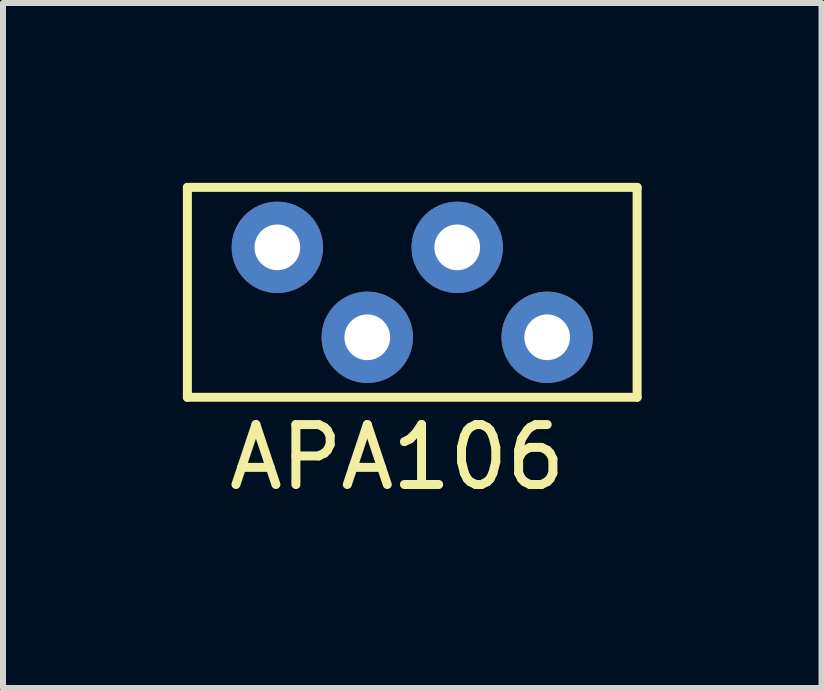
<source format=kicad_pcb>
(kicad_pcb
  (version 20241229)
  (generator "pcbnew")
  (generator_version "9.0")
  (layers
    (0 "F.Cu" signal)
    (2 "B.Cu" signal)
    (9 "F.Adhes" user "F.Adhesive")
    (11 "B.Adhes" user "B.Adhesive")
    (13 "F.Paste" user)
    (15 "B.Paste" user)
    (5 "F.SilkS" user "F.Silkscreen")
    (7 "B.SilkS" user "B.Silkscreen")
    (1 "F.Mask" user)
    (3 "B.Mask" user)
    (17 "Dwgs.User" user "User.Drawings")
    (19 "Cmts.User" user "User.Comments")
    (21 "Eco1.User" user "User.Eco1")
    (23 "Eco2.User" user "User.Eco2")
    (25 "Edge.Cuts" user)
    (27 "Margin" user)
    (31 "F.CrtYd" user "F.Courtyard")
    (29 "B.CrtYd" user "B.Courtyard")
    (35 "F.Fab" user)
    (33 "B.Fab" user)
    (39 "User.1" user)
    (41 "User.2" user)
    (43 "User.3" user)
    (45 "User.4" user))
  (footprint "APA106"
    (layer "F.Cu")
    (at 3.575 4.575)
    (property "Reference" "APA106" (at 0 0 0) (layer "F.SilkS") (effects (font (size 1 1) (thickness 0.15))))
    (attr through_hole)
    (fp_line (start -3.5 -4.5) (end 4 -4.5) (stroke (width 0.15) (type solid)) (layer "F.SilkS"))
    (fp_line (start -3.5 -1) (end -3.5 -4.5) (stroke (width 0.15) (type solid)) (layer "F.SilkS"))
    (fp_line (start 4 -4.5) (end 4 -1) (stroke (width 0.15) (type solid)) (layer "F.SilkS"))
    (fp_line (start 4 -1) (end -3.5 -1) (stroke (width 0.15) (type solid)) (layer "F.SilkS"))
    (pad "1" thru_hole circle (at -2 -3.5) (size 1.524 1.524) (drill 0.762) (layers "*.Cu" "*.Mask"))
    (pad "2" thru_hole circle (at -0.5 -2) (size 1.524 1.524) (drill 0.762) (layers "*.Cu" "*.Mask"))
    (pad "3" thru_hole circle (at 1 -3.5) (size 1.524 1.524) (drill 0.762) (layers "*.Cu" "*.Mask"))
    (pad "4" thru_hole circle (at 2.5 -2) (size 1.524 1.524) (drill 0.762) (layers "*.Cu" "*.Mask")))
  (gr_rect
    (start -3 -3)
    (end 10.65 8.423)
    (stroke (width 0.1) (type default))
    (fill no)
    (layer "Edge.Cuts")))
</source>
